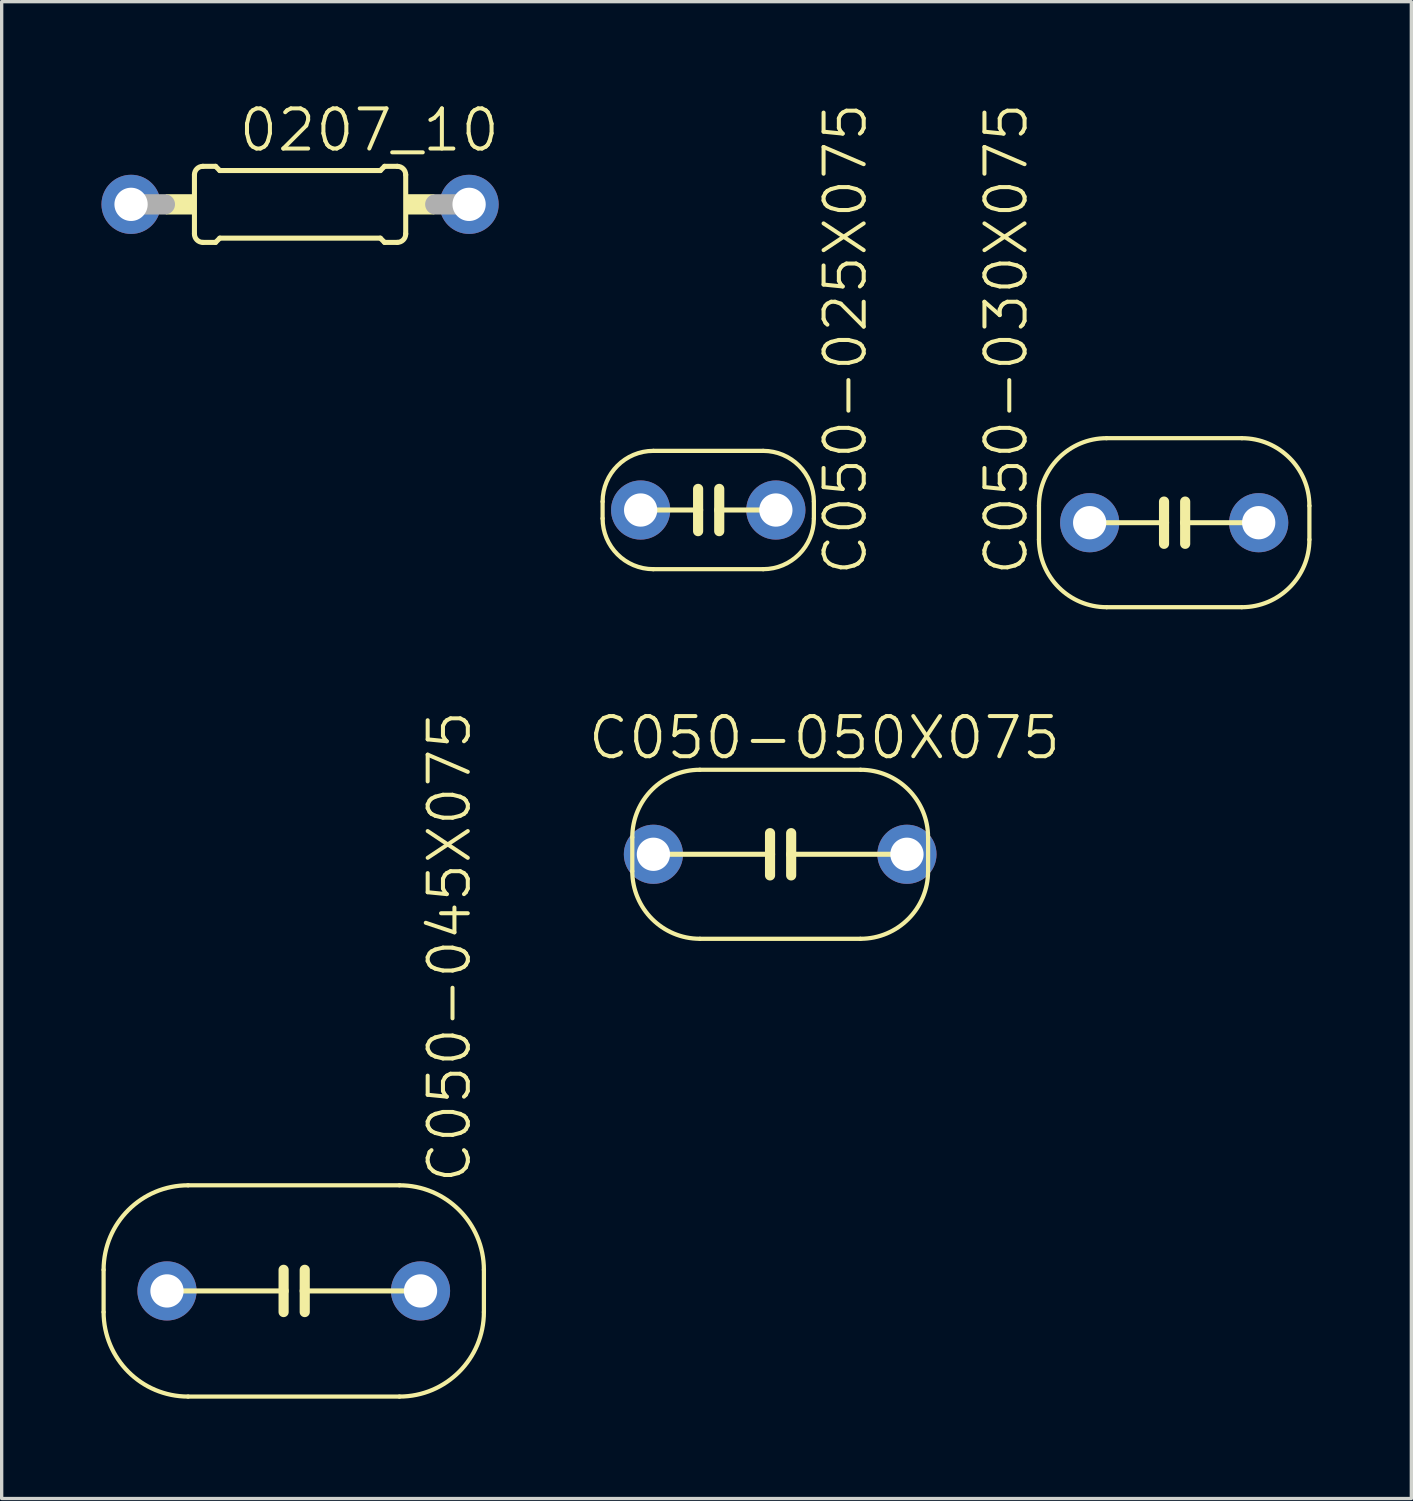
<source format=kicad_pcb>
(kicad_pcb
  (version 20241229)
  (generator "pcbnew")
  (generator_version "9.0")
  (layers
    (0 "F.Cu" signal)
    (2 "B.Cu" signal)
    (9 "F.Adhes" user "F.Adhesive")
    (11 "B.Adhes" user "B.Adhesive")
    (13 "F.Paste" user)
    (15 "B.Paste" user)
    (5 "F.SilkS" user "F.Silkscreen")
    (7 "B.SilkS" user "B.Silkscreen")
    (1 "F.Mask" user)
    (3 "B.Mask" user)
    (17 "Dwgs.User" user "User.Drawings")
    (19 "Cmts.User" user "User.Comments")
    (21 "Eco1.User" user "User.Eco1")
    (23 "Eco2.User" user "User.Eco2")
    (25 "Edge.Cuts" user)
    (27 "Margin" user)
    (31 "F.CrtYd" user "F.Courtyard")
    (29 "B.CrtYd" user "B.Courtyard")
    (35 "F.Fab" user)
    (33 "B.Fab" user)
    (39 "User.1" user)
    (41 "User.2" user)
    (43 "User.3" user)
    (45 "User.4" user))
  (footprint "0207_10"
    (layer "F.Cu")
    (at 5.969 3.092)
    (property "Reference" "0207_10" (at -1.905 -1.524 0) (layer "F.SilkS") (effects (font (size 1.206 1.206) (thickness 0.121)) (justify left bottom)))
    (attr through_hole)
    (fp_line (start -3.175 0.889) (end -3.175 -0.889) (stroke (width 0.152) (type solid)) (layer "F.SilkS"))
    (fp_line (start -2.921 -1.143) (end -2.54 -1.143) (stroke (width 0.152) (type solid)) (layer "F.SilkS"))
    (fp_line (start -2.921 1.143) (end -2.54 1.143) (stroke (width 0.152) (type solid)) (layer "F.SilkS"))
    (fp_line (start -2.413 -1.016) (end -2.54 -1.143) (stroke (width 0.152) (type solid)) (layer "F.SilkS"))
    (fp_line (start -2.413 1.016) (end -2.54 1.143) (stroke (width 0.152) (type solid)) (layer "F.SilkS"))
    (fp_line (start 2.413 -1.016) (end -2.413 -1.016) (stroke (width 0.152) (type solid)) (layer "F.SilkS"))
    (fp_line (start 2.413 -1.016) (end 2.54 -1.143) (stroke (width 0.152) (type solid)) (layer "F.SilkS"))
    (fp_line (start 2.413 1.016) (end -2.413 1.016) (stroke (width 0.152) (type solid)) (layer "F.SilkS"))
    (fp_line (start 2.413 1.016) (end 2.54 1.143) (stroke (width 0.152) (type solid)) (layer "F.SilkS"))
    (fp_line (start 2.921 -1.143) (end 2.54 -1.143) (stroke (width 0.152) (type solid)) (layer "F.SilkS"))
    (fp_line (start 2.921 1.143) (end 2.54 1.143) (stroke (width 0.152) (type solid)) (layer "F.SilkS"))
    (fp_line (start 3.175 0.889) (end 3.175 -0.889) (stroke (width 0.152) (type solid)) (layer "F.SilkS"))
    (fp_arc (start -3.175 -0.889) (mid -3.100605 -1.068605) (end -2.921 -1.143) (stroke (width 0.1524) (type solid)) (layer "F.SilkS"))
    (fp_arc (start -2.921 1.143) (mid -3.100605 1.068605) (end -3.175 0.889) (stroke (width 0.1524) (type solid)) (layer "F.SilkS"))
    (fp_arc (start 2.921 -1.143) (mid 3.100605 -1.068605) (end 3.175 -0.889) (stroke (width 0.1524) (type solid)) (layer "F.SilkS"))
    (fp_arc (start 3.175 0.889) (mid 3.100605 1.068605) (end 2.921 1.143) (stroke (width 0.1524) (type solid)) (layer "F.SilkS"))
    (fp_poly (pts (xy -4.039 0.305) (xy -3.175 0.305) (xy -3.175 -0.305) (xy -4.039 -0.305)) (stroke (width 0) (type solid)) (fill yes) (layer "F.SilkS"))
    (fp_poly (pts (xy 3.175 0.305) (xy 4.039 0.305) (xy 4.039 -0.305) (xy 3.175 -0.305)) (stroke (width 0) (type solid)) (fill yes) (layer "F.SilkS"))
    (fp_line (start -5.08 0) (end -4.064 0) (stroke (width 0.61) (type solid)) (layer "F.Fab"))
    (fp_line (start 5.08 0) (end 4.064 0) (stroke (width 0.61) (type solid)) (layer "F.Fab"))
    (pad "1" thru_hole circle (at -5.08 0) (size 1.778 1.778) (drill 1) (layers "*.Cu" "*.Mask"))
    (pad "2" thru_hole circle (at 5.08 0) (size 1.778 1.778) (drill 1) (layers "*.Cu" "*.Mask")))
  (footprint "C050-030X075"
    (layer "F.Cu")
    (at 32.241 12.66)
    (property "Reference" "C050-030X075" (at -4.343 1.651 270) (layer "F.SilkS") (effects (font (size 1.206 1.206) (thickness 0.121)) (justify left bottom)))
    (attr through_hole)
    (fp_line (start -4.064 -0.508) (end -4.064 0.508) (stroke (width 0.127) (type solid)) (layer "F.SilkS"))
    (fp_line (start -2.032 2.54) (end 2.032 2.54) (stroke (width 0.127) (type solid)) (layer "F.SilkS"))
    (fp_line (start -0.305 -0.635) (end -0.305 0) (stroke (width 0.305) (type solid)) (layer "F.SilkS"))
    (fp_line (start -0.305 0) (end -2.54 0) (stroke (width 0.152) (type solid)) (layer "F.SilkS"))
    (fp_line (start -0.305 0) (end -0.305 0.635) (stroke (width 0.305) (type solid)) (layer "F.SilkS"))
    (fp_line (start 0.33 -0.635) (end 0.33 0) (stroke (width 0.305) (type solid)) (layer "F.SilkS"))
    (fp_line (start 0.33 0) (end 0.33 0.635) (stroke (width 0.305) (type solid)) (layer "F.SilkS"))
    (fp_line (start 0.33 0) (end 2.54 0) (stroke (width 0.152) (type solid)) (layer "F.SilkS"))
    (fp_line (start 2.032 -2.54) (end -2.032 -2.54) (stroke (width 0.127) (type solid)) (layer "F.SilkS"))
    (fp_line (start 4.064 0.508) (end 4.064 -0.508) (stroke (width 0.127) (type solid)) (layer "F.SilkS"))
    (fp_arc (start -4.064 -0.507998) (mid -3.468841 -1.94484) (end -2.032 -2.54) (stroke (width 0.127) (type solid)) (layer "F.SilkS"))
    (fp_arc (start -2.031998 2.54) (mid -3.46884 1.944841) (end -4.064 0.508) (stroke (width 0.127) (type solid)) (layer "F.SilkS"))
    (fp_arc (start 2.031998 -2.54) (mid 3.46884 -1.944841) (end 4.064 -0.508) (stroke (width 0.127) (type solid)) (layer "F.SilkS"))
    (fp_arc (start 4.064 0.507998) (mid 3.468841 1.94484) (end 2.032 2.54) (stroke (width 0.127) (type solid)) (layer "F.SilkS"))
    (pad "1" thru_hole circle (at -2.54 0) (size 1.778 1.778) (drill 1) (layers "*.Cu" "*.Mask"))
    (pad "2" thru_hole circle (at 2.54 0) (size 1.778 1.778) (drill 1) (layers "*.Cu" "*.Mask")))
  (footprint "C050-025X075"
    (layer "F.Cu")
    (at 18.237 12.279)
    (property "Reference" "C050-025X075" (at 4.826 2.032 90) (layer "F.SilkS") (effects (font (size 1.206 1.206) (thickness 0.121)) (justify left bottom)))
    (attr through_hole)
    (fp_line (start -3.175 -0.254) (end -3.175 0.254) (stroke (width 0.127) (type solid)) (layer "F.SilkS"))
    (fp_line (start -1.651 1.778) (end 1.651 1.778) (stroke (width 0.127) (type solid)) (layer "F.SilkS"))
    (fp_line (start -0.305 -0.635) (end -0.305 0) (stroke (width 0.305) (type solid)) (layer "F.SilkS"))
    (fp_line (start -0.305 0) (end -2.032 0) (stroke (width 0.152) (type solid)) (layer "F.SilkS"))
    (fp_line (start -0.305 0) (end -0.305 0.635) (stroke (width 0.305) (type solid)) (layer "F.SilkS"))
    (fp_line (start 0.33 -0.635) (end 0.33 0) (stroke (width 0.305) (type solid)) (layer "F.SilkS"))
    (fp_line (start 0.33 0) (end 0.33 0.635) (stroke (width 0.305) (type solid)) (layer "F.SilkS"))
    (fp_line (start 0.33 0) (end 2.032 0) (stroke (width 0.152) (type solid)) (layer "F.SilkS"))
    (fp_line (start 1.651 -1.778) (end -1.651 -1.778) (stroke (width 0.127) (type solid)) (layer "F.SilkS"))
    (fp_line (start 3.175 0.254) (end 3.175 -0.254) (stroke (width 0.127) (type solid)) (layer "F.SilkS"))
    (fp_arc (start -3.175001 -0.253999) (mid -2.728631 -1.33163) (end -1.651 -1.778) (stroke (width 0.127) (type solid)) (layer "F.SilkS"))
    (fp_arc (start -1.650999 1.777999) (mid -2.72863 1.33163) (end -3.175 0.254) (stroke (width 0.127) (type solid)) (layer "F.SilkS"))
    (fp_arc (start 1.650999 -1.777999) (mid 2.72863 -1.33163) (end 3.175 -0.254) (stroke (width 0.127) (type solid)) (layer "F.SilkS"))
    (fp_arc (start 3.175001 0.253999) (mid 2.728631 1.33163) (end 1.651 1.778) (stroke (width 0.127) (type solid)) (layer "F.SilkS"))
    (pad "1" thru_hole circle (at -2.032 0) (size 1.778 1.778) (drill 1) (layers "*.Cu" "*.Mask"))
    (pad "2" thru_hole circle (at 2.032 0) (size 1.778 1.778) (drill 1) (layers "*.Cu" "*.Mask")))
  (footprint "C050-045X075"
    (layer "F.Cu")
    (at 5.779 35.75)
    (property "Reference" "C050-045X075" (at 5.385 -3.175 90) (layer "F.SilkS") (effects (font (size 1.206 1.206) (thickness 0.121)) (justify left bottom)))
    (attr through_hole)
    (fp_line (start -5.715 -0.635) (end -5.715 0.635) (stroke (width 0.127) (type solid)) (layer "F.SilkS"))
    (fp_line (start -3.175 3.175) (end 3.175 3.175) (stroke (width 0.127) (type solid)) (layer "F.SilkS"))
    (fp_line (start -0.305 -0.635) (end -0.305 0) (stroke (width 0.305) (type solid)) (layer "F.SilkS"))
    (fp_line (start -0.305 0) (end -3.81 0) (stroke (width 0.152) (type solid)) (layer "F.SilkS"))
    (fp_line (start -0.305 0) (end -0.305 0.635) (stroke (width 0.305) (type solid)) (layer "F.SilkS"))
    (fp_line (start 0.33 -0.635) (end 0.33 0) (stroke (width 0.305) (type solid)) (layer "F.SilkS"))
    (fp_line (start 0.33 0) (end 0.33 0.635) (stroke (width 0.305) (type solid)) (layer "F.SilkS"))
    (fp_line (start 0.33 0) (end 3.81 0) (stroke (width 0.152) (type solid)) (layer "F.SilkS"))
    (fp_line (start 3.175 -3.175) (end -3.175 -3.175) (stroke (width 0.127) (type solid)) (layer "F.SilkS"))
    (fp_line (start 5.715 0.635) (end 5.715 -0.635) (stroke (width 0.127) (type solid)) (layer "F.SilkS"))
    (fp_arc (start -5.715001 -0.634999) (mid -4.971052 -2.431051) (end -3.175 -3.175) (stroke (width 0.127) (type solid)) (layer "F.SilkS"))
    (fp_arc (start -3.174999 3.174999) (mid -4.971051 2.431051) (end -5.715 0.635) (stroke (width 0.127) (type solid)) (layer "F.SilkS"))
    (fp_arc (start 3.174999 -3.174999) (mid 4.971051 -2.431051) (end 5.715 -0.635) (stroke (width 0.127) (type solid)) (layer "F.SilkS"))
    (fp_arc (start 5.715001 0.634999) (mid 4.971052 2.431051) (end 3.175 3.175) (stroke (width 0.127) (type solid)) (layer "F.SilkS"))
    (pad "1" thru_hole circle (at -3.81 0) (size 1.778 1.778) (drill 1) (layers "*.Cu" "*.Mask"))
    (pad "2" thru_hole circle (at 3.81 0) (size 1.778 1.778) (drill 1) (layers "*.Cu" "*.Mask")))
  (footprint "C050-050X075"
    (layer "F.Cu")
    (at 20.399 22.626)
    (property "Reference" "C050-050X075" (at -5.842 -2.794 180) (layer "F.SilkS") (effects (font (size 1.206 1.206) (thickness 0.121)) (justify left bottom)))
    (attr through_hole)
    (fp_line (start -4.445 -0.508) (end -4.445 0.508) (stroke (width 0.127) (type solid)) (layer "F.SilkS"))
    (fp_line (start -2.413 2.54) (end 2.413 2.54) (stroke (width 0.127) (type solid)) (layer "F.SilkS"))
    (fp_line (start -0.305 -0.635) (end -0.305 0) (stroke (width 0.305) (type solid)) (layer "F.SilkS"))
    (fp_line (start -0.305 0) (end -3.81 0) (stroke (width 0.152) (type solid)) (layer "F.SilkS"))
    (fp_line (start -0.305 0) (end -0.305 0.635) (stroke (width 0.305) (type solid)) (layer "F.SilkS"))
    (fp_line (start 0.33 -0.635) (end 0.33 0) (stroke (width 0.305) (type solid)) (layer "F.SilkS"))
    (fp_line (start 0.33 0) (end 0.33 0.635) (stroke (width 0.305) (type solid)) (layer "F.SilkS"))
    (fp_line (start 0.33 0) (end 3.81 0) (stroke (width 0.152) (type solid)) (layer "F.SilkS"))
    (fp_line (start 2.413 -2.54) (end -2.413 -2.54) (stroke (width 0.127) (type solid)) (layer "F.SilkS"))
    (fp_line (start 4.445 0.508) (end 4.445 -0.508) (stroke (width 0.127) (type solid)) (layer "F.SilkS"))
    (fp_arc (start -4.445001 -0.507999) (mid -3.849842 -1.944841) (end -2.413 -2.54) (stroke (width 0.127) (type solid)) (layer "F.SilkS"))
    (fp_arc (start -2.412999 2.539999) (mid -3.84984 1.944841) (end -4.445 0.508) (stroke (width 0.127) (type solid)) (layer "F.SilkS"))
    (fp_arc (start 2.412999 -2.539999) (mid 3.84984 -1.944841) (end 4.445 -0.508) (stroke (width 0.127) (type solid)) (layer "F.SilkS"))
    (fp_arc (start 4.445001 0.507999) (mid 3.849842 1.944841) (end 2.413 2.54) (stroke (width 0.127) (type solid)) (layer "F.SilkS"))
    (pad "1" thru_hole circle (at -3.81 0) (size 1.778 1.778) (drill 1) (layers "*.Cu" "*.Mask"))
    (pad "2" thru_hole circle (at 3.81 0) (size 1.778 1.778) (drill 1) (layers "*.Cu" "*.Mask")))
  (gr_rect
    (start -3 -3)
    (end 39.369 41.989)
    (stroke (width 0.1) (type default))
    (fill no)
    (layer "Edge.Cuts")))
</source>
